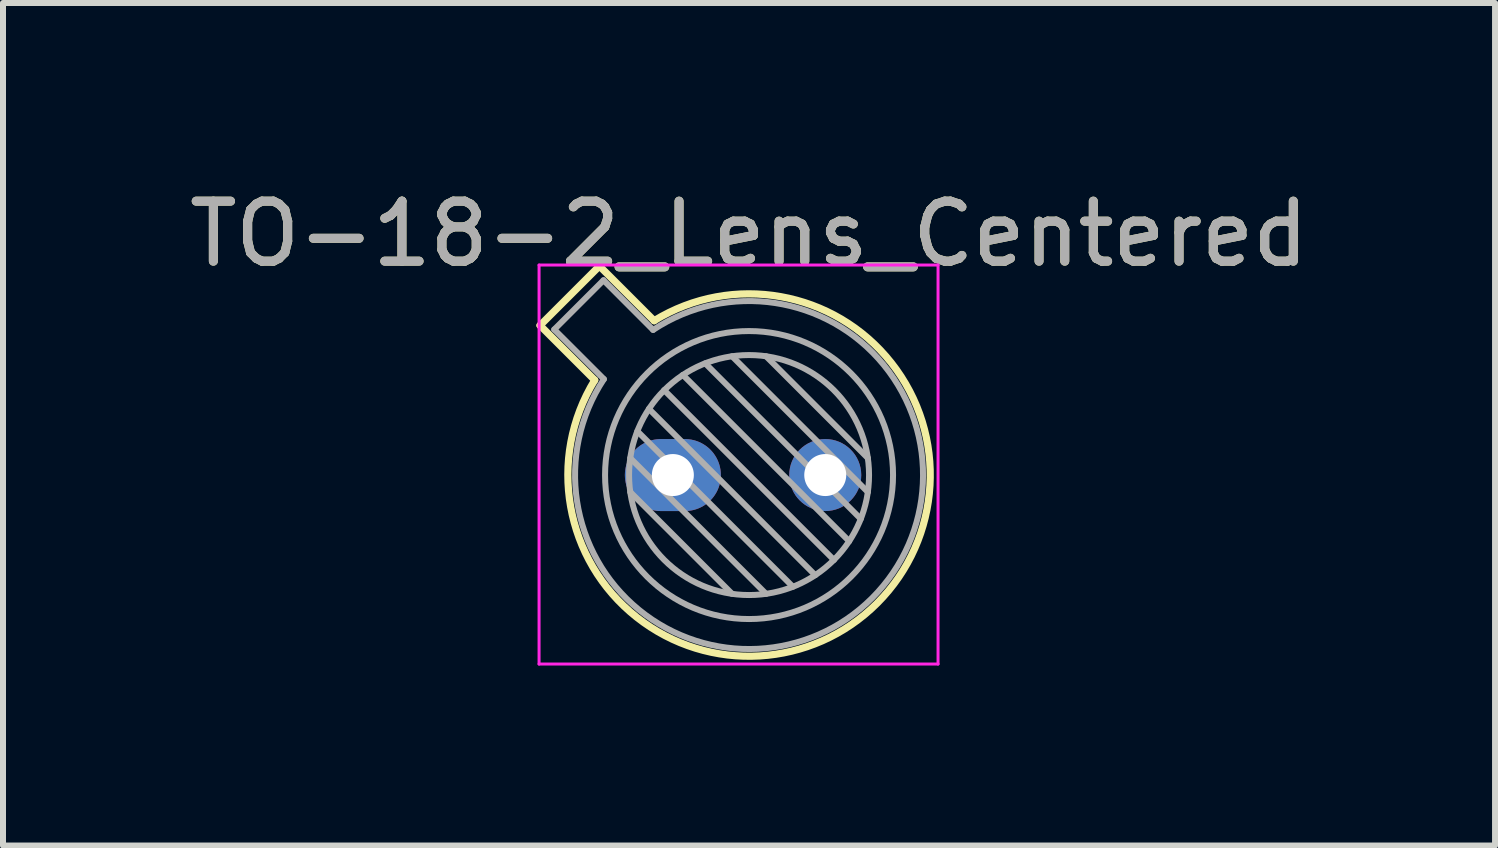
<source format=kicad_pcb>
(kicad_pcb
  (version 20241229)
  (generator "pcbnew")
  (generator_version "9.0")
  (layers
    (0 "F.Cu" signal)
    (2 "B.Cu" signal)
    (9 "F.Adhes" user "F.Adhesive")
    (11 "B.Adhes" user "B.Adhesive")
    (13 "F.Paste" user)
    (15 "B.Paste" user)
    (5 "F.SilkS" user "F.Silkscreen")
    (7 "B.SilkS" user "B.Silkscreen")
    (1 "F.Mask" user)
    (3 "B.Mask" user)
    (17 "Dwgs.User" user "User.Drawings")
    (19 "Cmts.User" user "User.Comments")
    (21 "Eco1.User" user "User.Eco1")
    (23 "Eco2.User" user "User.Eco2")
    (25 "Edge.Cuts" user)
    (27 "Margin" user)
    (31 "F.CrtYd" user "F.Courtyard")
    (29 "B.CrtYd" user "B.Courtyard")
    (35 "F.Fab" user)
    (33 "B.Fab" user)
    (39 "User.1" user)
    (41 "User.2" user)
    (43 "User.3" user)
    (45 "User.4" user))
  (footprint "TO-18-2_Lens_Centered"
    (layer "F.Cu")
    (at 9.435 4.868)
    (property "Reference" "TO-18-2_Lens_Centered" (at 0 -4.02 0) (layer "F.SilkS") (effects (font (size 1 1) (thickness 0.15))))
    (attr through_hole)
    (fp_line (start -3.484 -2.494) (end -2.572 -1.582) (stroke (width 0.12) (type solid)) (layer "F.SilkS"))
    (fp_line (start -2.494 -3.484) (end -3.484 -2.494) (stroke (width 0.12) (type solid)) (layer "F.SilkS"))
    (fp_line (start -1.582 -2.572) (end -2.494 -3.484) (stroke (width 0.12) (type solid)) (layer "F.SilkS"))
    (fp_arc (start -1.582331 -2.572281) (mid 2.135374 2.135551) (end -2.57215 -1.582544) (stroke (width 0.12) (type solid)) (layer "F.SilkS"))
    (fp_line (start -3.5 -3.5) (end -3.5 3.15) (stroke (width 0.05) (type solid)) (layer "F.CrtYd"))
    (fp_line (start -3.5 3.15) (end 3.15 3.15) (stroke (width 0.05) (type solid)) (layer "F.CrtYd"))
    (fp_line (start 3.15 -3.5) (end -3.5 -3.5) (stroke (width 0.05) (type solid)) (layer "F.CrtYd"))
    (fp_line (start 3.15 3.15) (end 3.15 -3.5) (stroke (width 0.05) (type solid)) (layer "F.CrtYd"))
    (fp_line (start -3.247 -2.426) (end -2.419 -1.599) (stroke (width 0.1) (type solid)) (layer "F.Fab"))
    (fp_line (start -2.426 -3.247) (end -3.247 -2.426) (stroke (width 0.1) (type solid)) (layer "F.Fab"))
    (fp_line (start -1.98 -0.283) (end 0.283 1.98) (stroke (width 0.1) (type solid)) (layer "F.Fab"))
    (fp_line (start -1.98 0.283) (end -0.283 1.98) (stroke (width 0.1) (type solid)) (layer "F.Fab"))
    (fp_line (start -1.862 -0.731) (end 0.731 1.862) (stroke (width 0.1) (type solid)) (layer "F.Fab"))
    (fp_line (start -1.669 -1.103) (end 1.103 1.669) (stroke (width 0.1) (type solid)) (layer "F.Fab"))
    (fp_line (start -1.599 -2.419) (end -2.426 -3.247) (stroke (width 0.1) (type solid)) (layer "F.Fab"))
    (fp_line (start -1.415 -1.415) (end 1.415 1.415) (stroke (width 0.1) (type solid)) (layer "F.Fab"))
    (fp_line (start -1.103 -1.669) (end 1.669 1.103) (stroke (width 0.1) (type solid)) (layer "F.Fab"))
    (fp_line (start -0.731 -1.862) (end 1.862 0.731) (stroke (width 0.1) (type solid)) (layer "F.Fab"))
    (fp_line (start -0.283 -1.98) (end 1.98 0.283) (stroke (width 0.1) (type solid)) (layer "F.Fab"))
    (fp_line (start 0.283 -1.98) (end 1.98 -0.283) (stroke (width 0.1) (type solid)) (layer "F.Fab"))
    (fp_arc (start -1.599057 -2.419301) (mid 2.051076 2.050143) (end -2.420029 -1.597956) (stroke (width 0.1) (type solid)) (layer "F.Fab"))
    (fp_circle (center 0 0) (end 2 0) (stroke (width 0.1) (type solid)) (fill no) (layer "F.Fab"))
    (fp_circle (center 0 0) (end 2.4 0) (stroke (width 0.1) (type solid)) (fill no) (layer "F.Fab"))
    (fp_text user "${REFERENCE}" (at 0 -4.02 0) (layer "F.Fab") (effects (font (size 1 1) (thickness 0.15))))
    (pad "1" thru_hole oval (at -1.27 0) (size 1.6 1.2) (drill 0.7) (layers "*.Cu" "*.Mask"))
    (pad "2" thru_hole oval (at 1.27 0) (size 1.2 1.2) (drill 0.7) (layers "*.Cu" "*.Mask")))
  (gr_rect
    (start -3 -3)
    (end 21.869 11.043)
    (stroke (width 0.1) (type default))
    (fill no)
    (layer "Edge.Cuts")))
</source>
